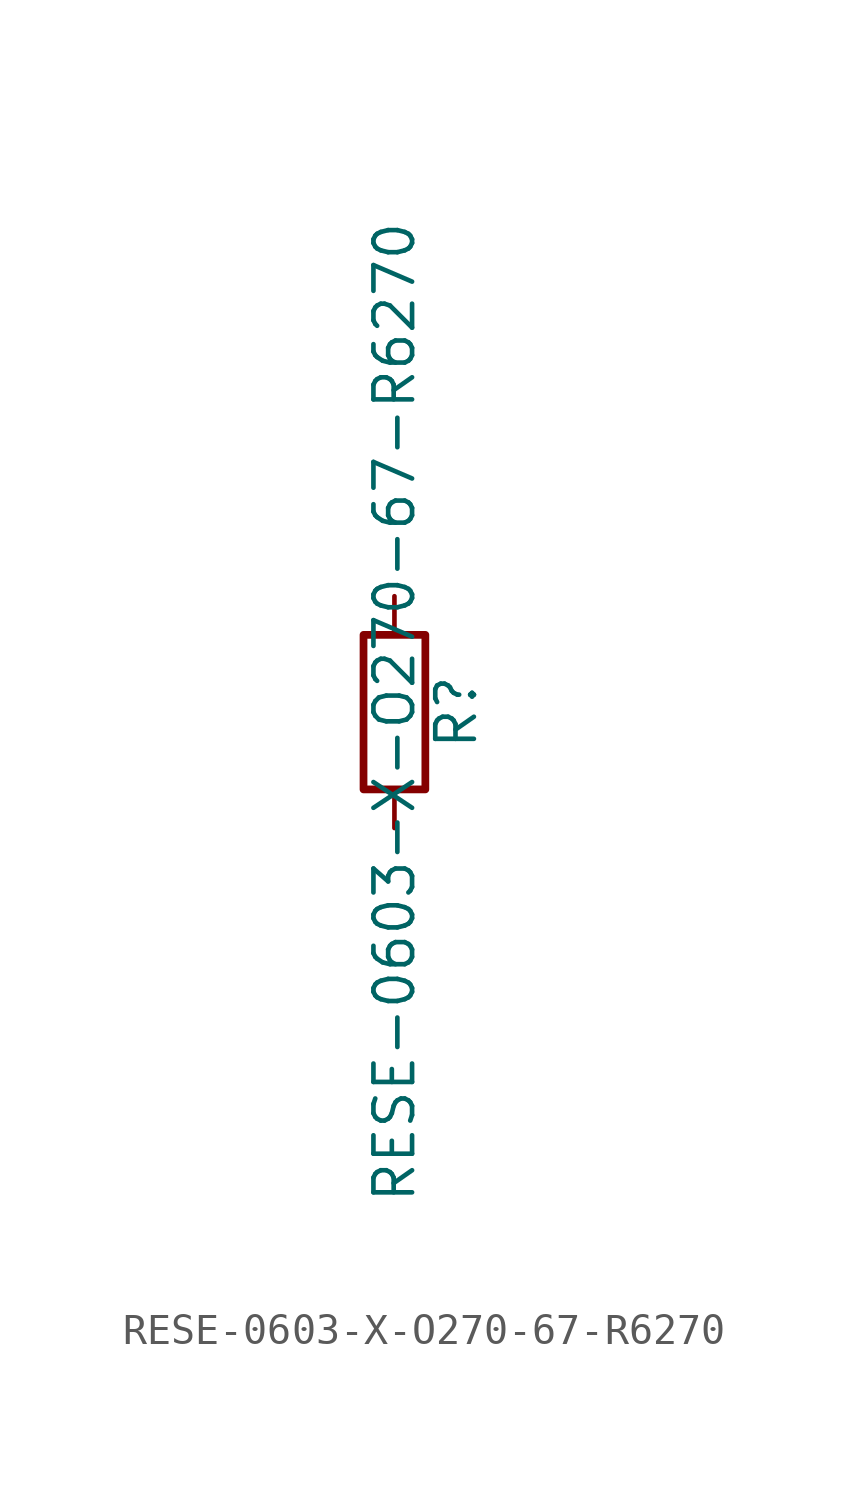
<source format=kicad_sym>
(kicad_symbol_lib
  (version 20211014)
  (generator kicad_symbol_editor)
  (symbol "RESE-0603-X-O270-67-R6270"
    (pin_numbers hide)
    (pin_names
      (offset 0))
    (property "Reference" "R"
      (at 2.032 0 90)
      (effects (font (size 1.27 1.27))))
    (property "Value" "RESE-0603-X-O270-67-R6270"
      (at 0 0 90)
      (effects (font (size 1.27 1.27))))
    (symbol "RESE-0603-X-O270-67-R6270_0_1"
      (rectangle (start -1.016 -2.54) (end 1.016 2.54) (stroke (width 0.254) (type default) (color 0 0 0 0)) (fill (type none))))
    (symbol "RESE-0603-X-O270-67-R6270_1_1"
      (pin passive line (at 0 3.81 270) (length 1.27) (name "~" (effects (font (size 1.27 1.27)))) (number "1" (effects (font (size 1.27 1.27)))))
      (pin passive line (at 0 -3.81 90) (length 1.27) (name "~" (effects (font (size 1.27 1.27)))) (number "2" (effects (font (size 1.27 1.27))))))))
</source>
